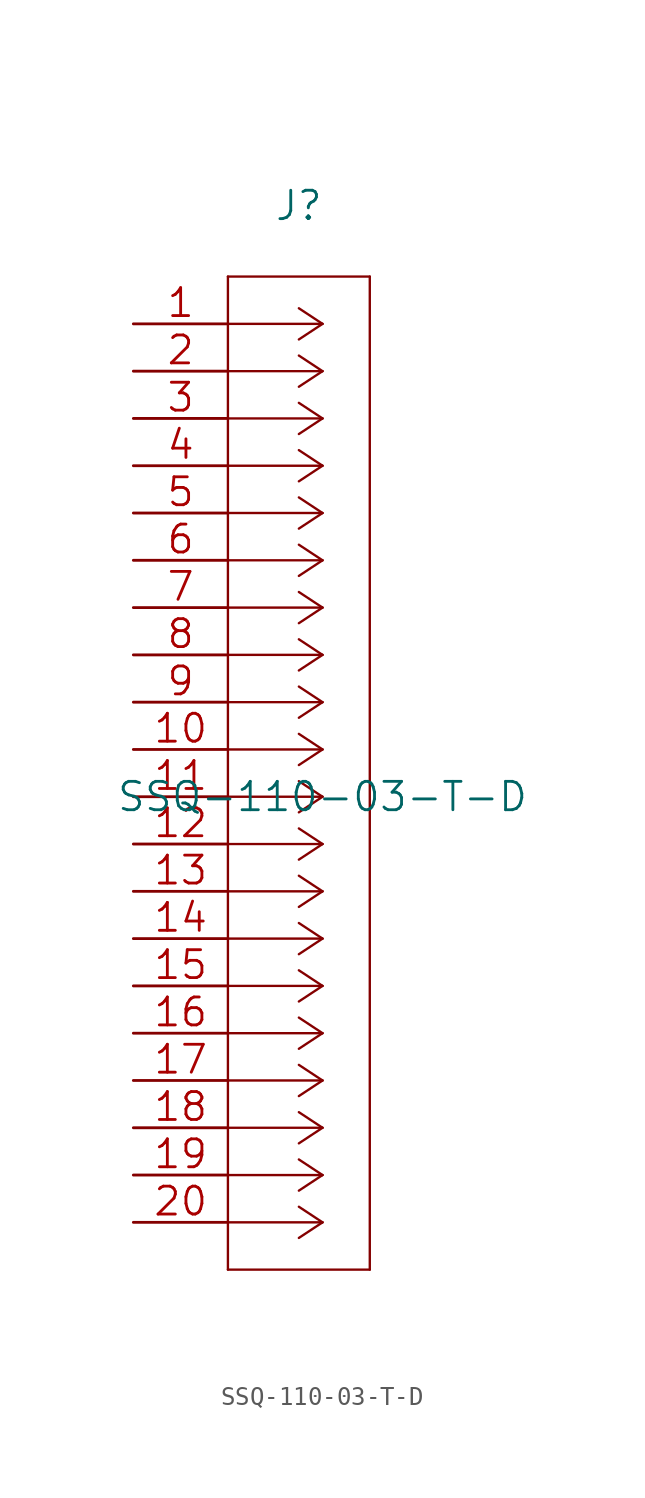
<source format=kicad_sym>
(kicad_symbol_lib
  (version 20211014)
  (generator kicad_symbol_editor)
  (symbol "SSQ-110-03-T-D"
    (pin_names
      (offset 0.254) hide)
    (property "Reference" "J"
      (at 8.89 6.35 0)
      (effects (font (size 1.524 1.524))))
    (property "Value" "SSQ-110-03-T-D"
      (at 10.16 -25.4 0)
      (effects (font (size 1.524 1.524))))
    (property "Datasheet" ""
      (at 0 0 0)
      (effects (font (size 1.524 1.524))))
    (symbol "SSQ-110-03-T-D_1_1"
      (polyline (pts (xy 5.08 -50.8) (xy 12.7 -50.8)) (stroke (width 0.127) (type default) (color 0 0 0 0)) (fill (type none)))
      (polyline (pts (xy 5.08 2.54) (xy 5.08 -50.8)) (stroke (width 0.127) (type default) (color 0 0 0 0)) (fill (type none)))
      (polyline (pts (xy 10.16 -48.26) (xy 5.08 -48.26)) (stroke (width 0.127) (type default) (color 0 0 0 0)) (fill (type none)))
      (polyline (pts (xy 10.16 -48.26) (xy 8.89 -49.098)) (stroke (width 0.127) (type default) (color 0 0 0 0)) (fill (type none)))
      (polyline (pts (xy 10.16 -48.26) (xy 8.89 -47.422)) (stroke (width 0.127) (type default) (color 0 0 0 0)) (fill (type none)))
      (polyline (pts (xy 10.16 -45.72) (xy 5.08 -45.72)) (stroke (width 0.127) (type default) (color 0 0 0 0)) (fill (type none)))
      (polyline (pts (xy 10.16 -45.72) (xy 8.89 -46.558)) (stroke (width 0.127) (type default) (color 0 0 0 0)) (fill (type none)))
      (polyline (pts (xy 10.16 -45.72) (xy 8.89 -44.882)) (stroke (width 0.127) (type default) (color 0 0 0 0)) (fill (type none)))
      (polyline (pts (xy 10.16 -43.18) (xy 5.08 -43.18)) (stroke (width 0.127) (type default) (color 0 0 0 0)) (fill (type none)))
      (polyline (pts (xy 10.16 -43.18) (xy 8.89 -44.018)) (stroke (width 0.127) (type default) (color 0 0 0 0)) (fill (type none)))
      (polyline (pts (xy 10.16 -43.18) (xy 8.89 -42.342)) (stroke (width 0.127) (type default) (color 0 0 0 0)) (fill (type none)))
      (polyline (pts (xy 10.16 -40.64) (xy 5.08 -40.64)) (stroke (width 0.127) (type default) (color 0 0 0 0)) (fill (type none)))
      (polyline (pts (xy 10.16 -40.64) (xy 8.89 -41.478)) (stroke (width 0.127) (type default) (color 0 0 0 0)) (fill (type none)))
      (polyline (pts (xy 10.16 -40.64) (xy 8.89 -39.802)) (stroke (width 0.127) (type default) (color 0 0 0 0)) (fill (type none)))
      (polyline (pts (xy 10.16 -38.1) (xy 5.08 -38.1)) (stroke (width 0.127) (type default) (color 0 0 0 0)) (fill (type none)))
      (polyline (pts (xy 10.16 -38.1) (xy 8.89 -38.938)) (stroke (width 0.127) (type default) (color 0 0 0 0)) (fill (type none)))
      (polyline (pts (xy 10.16 -38.1) (xy 8.89 -37.262)) (stroke (width 0.127) (type default) (color 0 0 0 0)) (fill (type none)))
      (polyline (pts (xy 10.16 -35.56) (xy 5.08 -35.56)) (stroke (width 0.127) (type default) (color 0 0 0 0)) (fill (type none)))
      (polyline (pts (xy 10.16 -35.56) (xy 8.89 -36.398)) (stroke (width 0.127) (type default) (color 0 0 0 0)) (fill (type none)))
      (polyline (pts (xy 10.16 -35.56) (xy 8.89 -34.722)) (stroke (width 0.127) (type default) (color 0 0 0 0)) (fill (type none)))
      (polyline (pts (xy 10.16 -33.02) (xy 5.08 -33.02)) (stroke (width 0.127) (type default) (color 0 0 0 0)) (fill (type none)))
      (polyline (pts (xy 10.16 -33.02) (xy 8.89 -33.858)) (stroke (width 0.127) (type default) (color 0 0 0 0)) (fill (type none)))
      (polyline (pts (xy 10.16 -33.02) (xy 8.89 -32.182)) (stroke (width 0.127) (type default) (color 0 0 0 0)) (fill (type none)))
      (polyline (pts (xy 10.16 -30.48) (xy 5.08 -30.48)) (stroke (width 0.127) (type default) (color 0 0 0 0)) (fill (type none)))
      (polyline (pts (xy 10.16 -30.48) (xy 8.89 -31.318)) (stroke (width 0.127) (type default) (color 0 0 0 0)) (fill (type none)))
      (polyline (pts (xy 10.16 -30.48) (xy 8.89 -29.642)) (stroke (width 0.127) (type default) (color 0 0 0 0)) (fill (type none)))
      (polyline (pts (xy 10.16 -27.94) (xy 5.08 -27.94)) (stroke (width 0.127) (type default) (color 0 0 0 0)) (fill (type none)))
      (polyline (pts (xy 10.16 -27.94) (xy 8.89 -28.778)) (stroke (width 0.127) (type default) (color 0 0 0 0)) (fill (type none)))
      (polyline (pts (xy 10.16 -27.94) (xy 8.89 -27.102)) (stroke (width 0.127) (type default) (color 0 0 0 0)) (fill (type none)))
      (polyline (pts (xy 10.16 -25.4) (xy 5.08 -25.4)) (stroke (width 0.127) (type default) (color 0 0 0 0)) (fill (type none)))
      (polyline (pts (xy 10.16 -25.4) (xy 8.89 -26.238)) (stroke (width 0.127) (type default) (color 0 0 0 0)) (fill (type none)))
      (polyline (pts (xy 10.16 -25.4) (xy 8.89 -24.562)) (stroke (width 0.127) (type default) (color 0 0 0 0)) (fill (type none)))
      (polyline (pts (xy 10.16 -22.86) (xy 5.08 -22.86)) (stroke (width 0.127) (type default) (color 0 0 0 0)) (fill (type none)))
      (polyline (pts (xy 10.16 -22.86) (xy 8.89 -23.698)) (stroke (width 0.127) (type default) (color 0 0 0 0)) (fill (type none)))
      (polyline (pts (xy 10.16 -22.86) (xy 8.89 -22.022)) (stroke (width 0.127) (type default) (color 0 0 0 0)) (fill (type none)))
      (polyline (pts (xy 10.16 -20.32) (xy 5.08 -20.32)) (stroke (width 0.127) (type default) (color 0 0 0 0)) (fill (type none)))
      (polyline (pts (xy 10.16 -20.32) (xy 8.89 -21.158)) (stroke (width 0.127) (type default) (color 0 0 0 0)) (fill (type none)))
      (polyline (pts (xy 10.16 -20.32) (xy 8.89 -19.482)) (stroke (width 0.127) (type default) (color 0 0 0 0)) (fill (type none)))
      (polyline (pts (xy 10.16 -17.78) (xy 5.08 -17.78)) (stroke (width 0.127) (type default) (color 0 0 0 0)) (fill (type none)))
      (polyline (pts (xy 10.16 -17.78) (xy 8.89 -18.618)) (stroke (width 0.127) (type default) (color 0 0 0 0)) (fill (type none)))
      (polyline (pts (xy 10.16 -17.78) (xy 8.89 -16.942)) (stroke (width 0.127) (type default) (color 0 0 0 0)) (fill (type none)))
      (polyline (pts (xy 10.16 -15.24) (xy 5.08 -15.24)) (stroke (width 0.127) (type default) (color 0 0 0 0)) (fill (type none)))
      (polyline (pts (xy 10.16 -15.24) (xy 8.89 -16.078)) (stroke (width 0.127) (type default) (color 0 0 0 0)) (fill (type none)))
      (polyline (pts (xy 10.16 -15.24) (xy 8.89 -14.402)) (stroke (width 0.127) (type default) (color 0 0 0 0)) (fill (type none)))
      (polyline (pts (xy 10.16 -12.7) (xy 5.08 -12.7)) (stroke (width 0.127) (type default) (color 0 0 0 0)) (fill (type none)))
      (polyline (pts (xy 10.16 -12.7) (xy 8.89 -13.538)) (stroke (width 0.127) (type default) (color 0 0 0 0)) (fill (type none)))
      (polyline (pts (xy 10.16 -12.7) (xy 8.89 -11.862)) (stroke (width 0.127) (type default) (color 0 0 0 0)) (fill (type none)))
      (polyline (pts (xy 10.16 -10.16) (xy 5.08 -10.16)) (stroke (width 0.127) (type default) (color 0 0 0 0)) (fill (type none)))
      (polyline (pts (xy 10.16 -10.16) (xy 8.89 -10.998)) (stroke (width 0.127) (type default) (color 0 0 0 0)) (fill (type none)))
      (polyline (pts (xy 10.16 -10.16) (xy 8.89 -9.322)) (stroke (width 0.127) (type default) (color 0 0 0 0)) (fill (type none)))
      (polyline (pts (xy 10.16 -7.62) (xy 5.08 -7.62)) (stroke (width 0.127) (type default) (color 0 0 0 0)) (fill (type none)))
      (polyline (pts (xy 10.16 -7.62) (xy 8.89 -8.458)) (stroke (width 0.127) (type default) (color 0 0 0 0)) (fill (type none)))
      (polyline (pts (xy 10.16 -7.62) (xy 8.89 -6.782)) (stroke (width 0.127) (type default) (color 0 0 0 0)) (fill (type none)))
      (polyline (pts (xy 10.16 -5.08) (xy 5.08 -5.08)) (stroke (width 0.127) (type default) (color 0 0 0 0)) (fill (type none)))
      (polyline (pts (xy 10.16 -5.08) (xy 8.89 -5.918)) (stroke (width 0.127) (type default) (color 0 0 0 0)) (fill (type none)))
      (polyline (pts (xy 10.16 -5.08) (xy 8.89 -4.242)) (stroke (width 0.127) (type default) (color 0 0 0 0)) (fill (type none)))
      (polyline (pts (xy 10.16 -2.54) (xy 5.08 -2.54)) (stroke (width 0.127) (type default) (color 0 0 0 0)) (fill (type none)))
      (polyline (pts (xy 10.16 -2.54) (xy 8.89 -3.378)) (stroke (width 0.127) (type default) (color 0 0 0 0)) (fill (type none)))
      (polyline (pts (xy 10.16 -2.54) (xy 8.89 -1.702)) (stroke (width 0.127) (type default) (color 0 0 0 0)) (fill (type none)))
      (polyline (pts (xy 10.16 0) (xy 5.08 0)) (stroke (width 0.127) (type default) (color 0 0 0 0)) (fill (type none)))
      (polyline (pts (xy 10.16 0) (xy 8.89 -0.838)) (stroke (width 0.127) (type default) (color 0 0 0 0)) (fill (type none)))
      (polyline (pts (xy 10.16 0) (xy 8.89 0.838)) (stroke (width 0.127) (type default) (color 0 0 0 0)) (fill (type none)))
      (polyline (pts (xy 12.7 -50.8) (xy 12.7 2.54)) (stroke (width 0.127) (type default) (color 0 0 0 0)) (fill (type none)))
      (polyline (pts (xy 12.7 2.54) (xy 5.08 2.54)) (stroke (width 0.127) (type default) (color 0 0 0 0)) (fill (type none)))
      (pin unspecified line (at 0 0 0) (length 5.08) (name "1" (effects (font (size 1.499 1.499)))) (number "1" (effects (font (size 1.499 1.499)))))
      (pin unspecified line (at 0 -22.86 0) (length 5.08) (name "10" (effects (font (size 1.499 1.499)))) (number "10" (effects (font (size 1.499 1.499)))))
      (pin unspecified line (at 0 -25.4 0) (length 5.08) (name "11" (effects (font (size 1.499 1.499)))) (number "11" (effects (font (size 1.499 1.499)))))
      (pin unspecified line (at 0 -27.94 0) (length 5.08) (name "12" (effects (font (size 1.499 1.499)))) (number "12" (effects (font (size 1.499 1.499)))))
      (pin unspecified line (at 0 -30.48 0) (length 5.08) (name "13" (effects (font (size 1.499 1.499)))) (number "13" (effects (font (size 1.499 1.499)))))
      (pin unspecified line (at 0 -33.02 0) (length 5.08) (name "14" (effects (font (size 1.499 1.499)))) (number "14" (effects (font (size 1.499 1.499)))))
      (pin unspecified line (at 0 -35.56 0) (length 5.08) (name "15" (effects (font (size 1.499 1.499)))) (number "15" (effects (font (size 1.499 1.499)))))
      (pin unspecified line (at 0 -38.1 0) (length 5.08) (name "16" (effects (font (size 1.499 1.499)))) (number "16" (effects (font (size 1.499 1.499)))))
      (pin unspecified line (at 0 -40.64 0) (length 5.08) (name "17" (effects (font (size 1.499 1.499)))) (number "17" (effects (font (size 1.499 1.499)))))
      (pin unspecified line (at 0 -43.18 0) (length 5.08) (name "18" (effects (font (size 1.499 1.499)))) (number "18" (effects (font (size 1.499 1.499)))))
      (pin unspecified line (at 0 -45.72 0) (length 5.08) (name "19" (effects (font (size 1.499 1.499)))) (number "19" (effects (font (size 1.499 1.499)))))
      (pin unspecified line (at 0 -2.54 0) (length 5.08) (name "2" (effects (font (size 1.499 1.499)))) (number "2" (effects (font (size 1.499 1.499)))))
      (pin unspecified line (at 0 -48.26 0) (length 5.08) (name "20" (effects (font (size 1.499 1.499)))) (number "20" (effects (font (size 1.499 1.499)))))
      (pin unspecified line (at 0 -5.08 0) (length 5.08) (name "3" (effects (font (size 1.499 1.499)))) (number "3" (effects (font (size 1.499 1.499)))))
      (pin unspecified line (at 0 -7.62 0) (length 5.08) (name "4" (effects (font (size 1.499 1.499)))) (number "4" (effects (font (size 1.499 1.499)))))
      (pin unspecified line (at 0 -10.16 0) (length 5.08) (name "5" (effects (font (size 1.499 1.499)))) (number "5" (effects (font (size 1.499 1.499)))))
      (pin unspecified line (at 0 -12.7 0) (length 5.08) (name "6" (effects (font (size 1.499 1.499)))) (number "6" (effects (font (size 1.499 1.499)))))
      (pin unspecified line (at 0 -15.24 0) (length 5.08) (name "7" (effects (font (size 1.499 1.499)))) (number "7" (effects (font (size 1.499 1.499)))))
      (pin unspecified line (at 0 -17.78 0) (length 5.08) (name "8" (effects (font (size 1.499 1.499)))) (number "8" (effects (font (size 1.499 1.499)))))
      (pin unspecified line (at 0 -20.32 0) (length 5.08) (name "9" (effects (font (size 1.499 1.499)))) (number "9" (effects (font (size 1.499 1.499))))))))
</source>
